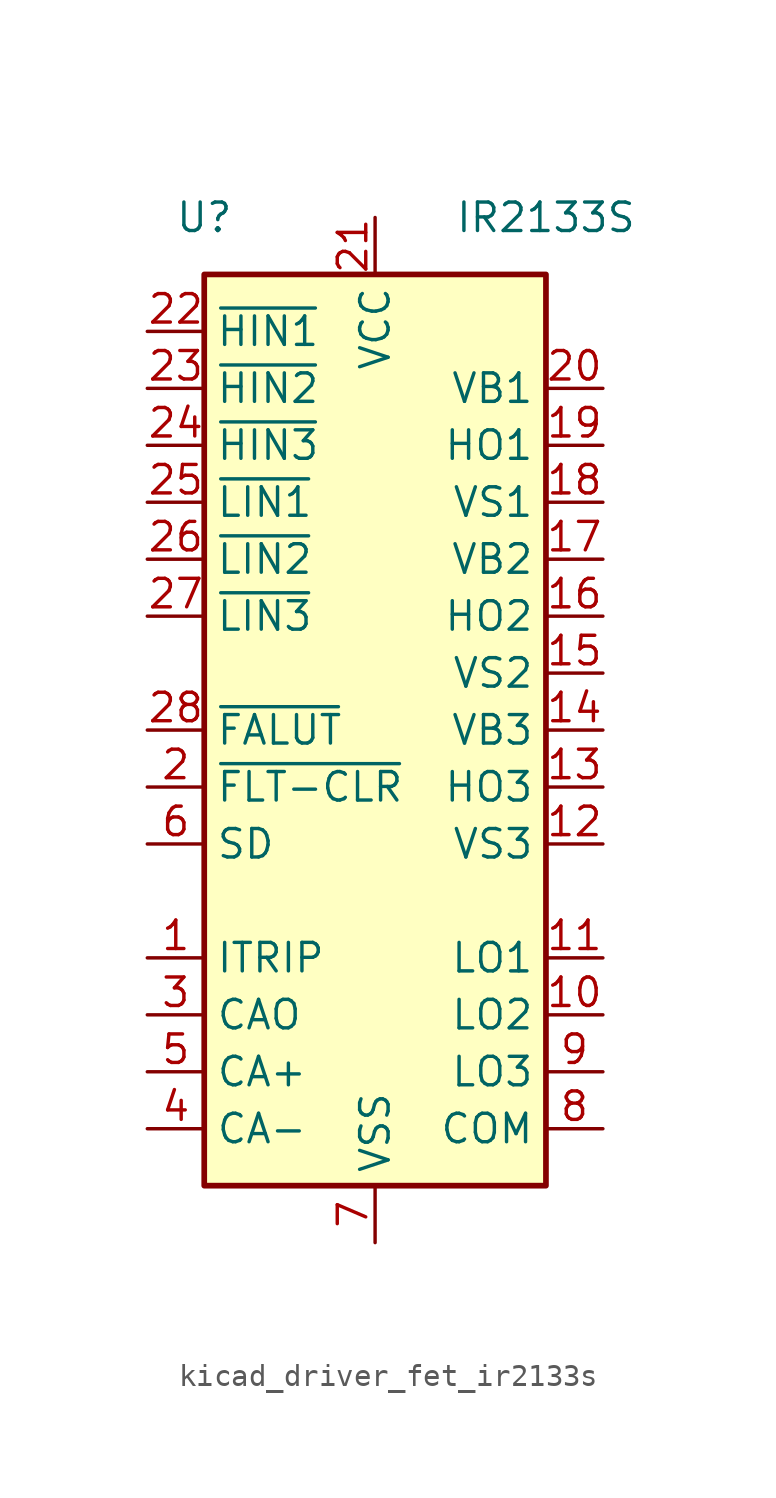
<source format=kicad_sym>
(kicad_symbol_lib
  (version 20220914)
  (generator kicad_symbol_editor)
  (symbol "kicad_driver_fet_ir2133s"
    (property "Reference" "U"
      (at -7.62 22.86 0)
      (effects (font (size 1.27 1.27))))
    (property "Value" "IR2133S"
      (at 7.62 22.86 0)
      (effects (font (size 1.27 1.27))))
    (symbol "kicad_driver_fet_ir2133s_1_1"
      (rectangle (start -7.62 -20.32) (end 7.62 20.32) (stroke (width 0.254) (type default)) (fill (type background)))
      (pin input line (at -10.16 -10.16 0) (length 2.54) (name "ITRIP" (effects (font (size 1.27 1.27)))) (number "1" (effects (font (size 1.27 1.27)))))
      (pin output line (at 10.16 -12.7 180) (length 2.54) (name "LO2" (effects (font (size 1.27 1.27)))) (number "10" (effects (font (size 1.27 1.27)))))
      (pin output line (at 10.16 -10.16 180) (length 2.54) (name "LO1" (effects (font (size 1.27 1.27)))) (number "11" (effects (font (size 1.27 1.27)))))
      (pin passive line (at 10.16 -5.08 180) (length 2.54) (name "VS3" (effects (font (size 1.27 1.27)))) (number "12" (effects (font (size 1.27 1.27)))))
      (pin output line (at 10.16 -2.54 180) (length 2.54) (name "HO3" (effects (font (size 1.27 1.27)))) (number "13" (effects (font (size 1.27 1.27)))))
      (pin passive line (at 10.16 0 180) (length 2.54) (name "VB3" (effects (font (size 1.27 1.27)))) (number "14" (effects (font (size 1.27 1.27)))))
      (pin passive line (at 10.16 2.54 180) (length 2.54) (name "VS2" (effects (font (size 1.27 1.27)))) (number "15" (effects (font (size 1.27 1.27)))))
      (pin output line (at 10.16 5.08 180) (length 2.54) (name "HO2" (effects (font (size 1.27 1.27)))) (number "16" (effects (font (size 1.27 1.27)))))
      (pin passive line (at 10.16 7.62 180) (length 2.54) (name "VB2" (effects (font (size 1.27 1.27)))) (number "17" (effects (font (size 1.27 1.27)))))
      (pin passive line (at 10.16 10.16 180) (length 2.54) (name "VS1" (effects (font (size 1.27 1.27)))) (number "18" (effects (font (size 1.27 1.27)))))
      (pin output line (at 10.16 12.7 180) (length 2.54) (name "HO1" (effects (font (size 1.27 1.27)))) (number "19" (effects (font (size 1.27 1.27)))))
      (pin input line (at -10.16 -2.54 0) (length 2.54) (name "~{FLT-CLR}" (effects (font (size 1.27 1.27)))) (number "2" (effects (font (size 1.27 1.27)))))
      (pin passive line (at 10.16 15.24 180) (length 2.54) (name "VB1" (effects (font (size 1.27 1.27)))) (number "20" (effects (font (size 1.27 1.27)))))
      (pin power_in line (at 0 22.86 270) (length 2.54) (name "VCC" (effects (font (size 1.27 1.27)))) (number "21" (effects (font (size 1.27 1.27)))))
      (pin input line (at -10.16 17.78 0) (length 2.54) (name "~{HIN1}" (effects (font (size 1.27 1.27)))) (number "22" (effects (font (size 1.27 1.27)))))
      (pin input line (at -10.16 15.24 0) (length 2.54) (name "~{HIN2}" (effects (font (size 1.27 1.27)))) (number "23" (effects (font (size 1.27 1.27)))))
      (pin input line (at -10.16 12.7 0) (length 2.54) (name "~{HIN3}" (effects (font (size 1.27 1.27)))) (number "24" (effects (font (size 1.27 1.27)))))
      (pin input line (at -10.16 10.16 0) (length 2.54) (name "~{LIN1}" (effects (font (size 1.27 1.27)))) (number "25" (effects (font (size 1.27 1.27)))))
      (pin input line (at -10.16 7.62 0) (length 2.54) (name "~{LIN2}" (effects (font (size 1.27 1.27)))) (number "26" (effects (font (size 1.27 1.27)))))
      (pin input line (at -10.16 5.08 0) (length 2.54) (name "~{LIN3}" (effects (font (size 1.27 1.27)))) (number "27" (effects (font (size 1.27 1.27)))))
      (pin output line (at -10.16 0 0) (length 2.54) (name "~{FALUT}" (effects (font (size 1.27 1.27)))) (number "28" (effects (font (size 1.27 1.27)))))
      (pin output line (at -10.16 -12.7 0) (length 2.54) (name "CAO" (effects (font (size 1.27 1.27)))) (number "3" (effects (font (size 1.27 1.27)))))
      (pin input line (at -10.16 -17.78 0) (length 2.54) (name "CA-" (effects (font (size 1.27 1.27)))) (number "4" (effects (font (size 1.27 1.27)))))
      (pin input line (at -10.16 -15.24 0) (length 2.54) (name "CA+" (effects (font (size 1.27 1.27)))) (number "5" (effects (font (size 1.27 1.27)))))
      (pin input line (at -10.16 -5.08 0) (length 2.54) (name "SD" (effects (font (size 1.27 1.27)))) (number "6" (effects (font (size 1.27 1.27)))))
      (pin power_in line (at 0 -22.86 90) (length 2.54) (name "VSS" (effects (font (size 1.27 1.27)))) (number "7" (effects (font (size 1.27 1.27)))))
      (pin passive line (at 10.16 -17.78 180) (length 2.54) (name "COM" (effects (font (size 1.27 1.27)))) (number "8" (effects (font (size 1.27 1.27)))))
      (pin output line (at 10.16 -15.24 180) (length 2.54) (name "LO3" (effects (font (size 1.27 1.27)))) (number "9" (effects (font (size 1.27 1.27))))))))
</source>
